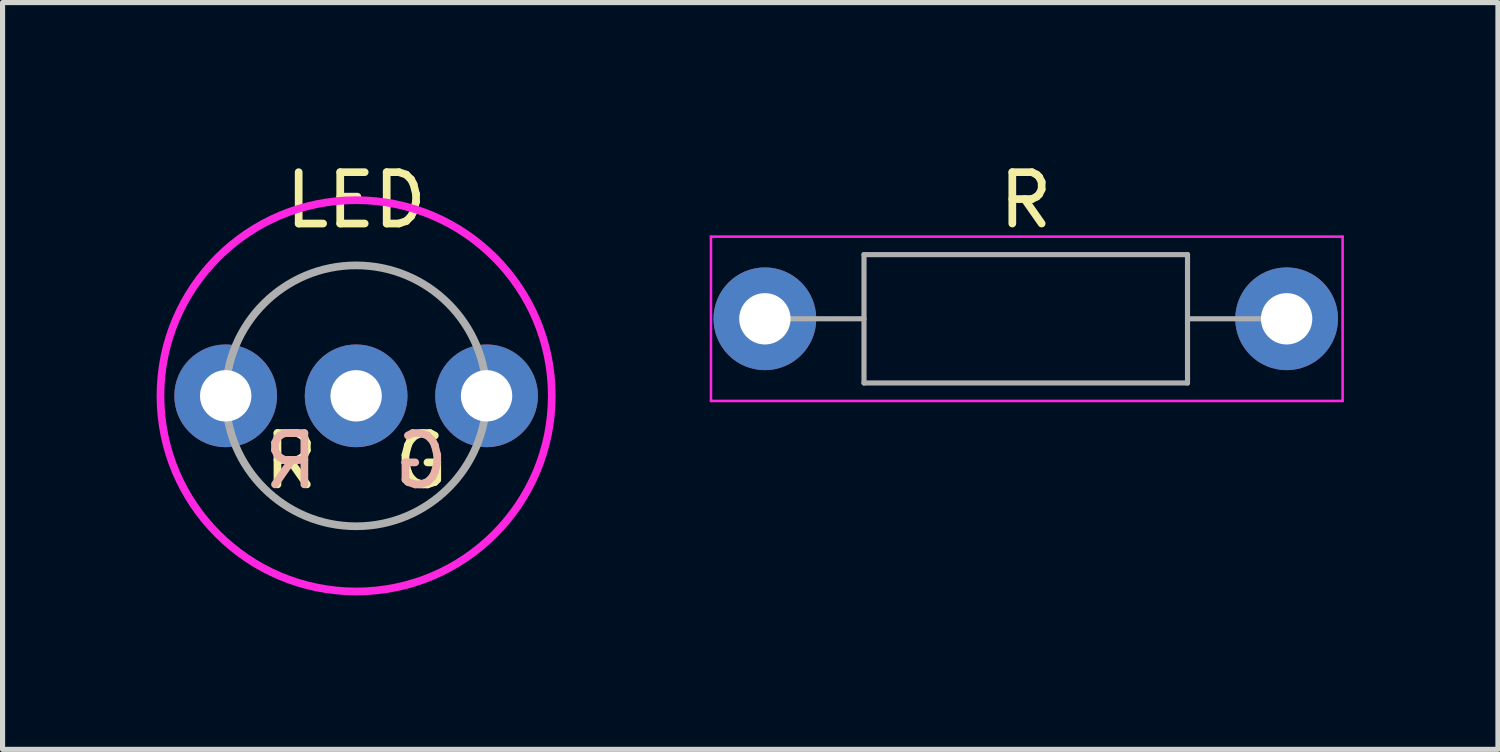
<source format=kicad_pcb>
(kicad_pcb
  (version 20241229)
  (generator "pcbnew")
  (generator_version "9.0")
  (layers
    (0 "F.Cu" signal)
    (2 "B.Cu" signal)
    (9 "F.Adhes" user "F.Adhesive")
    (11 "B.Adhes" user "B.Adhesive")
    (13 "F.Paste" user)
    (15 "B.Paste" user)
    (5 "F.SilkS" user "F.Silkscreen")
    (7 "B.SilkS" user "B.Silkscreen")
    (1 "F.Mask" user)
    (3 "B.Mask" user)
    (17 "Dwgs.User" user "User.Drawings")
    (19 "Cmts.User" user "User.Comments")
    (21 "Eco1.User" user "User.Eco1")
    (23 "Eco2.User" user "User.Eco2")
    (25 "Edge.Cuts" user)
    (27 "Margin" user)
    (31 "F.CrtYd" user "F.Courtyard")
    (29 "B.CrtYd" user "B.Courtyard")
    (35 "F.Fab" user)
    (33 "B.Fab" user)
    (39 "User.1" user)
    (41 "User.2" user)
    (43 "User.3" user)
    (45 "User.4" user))
  (footprint "R"
    (layer "F.Cu")
    (at 16.925 3.158)
    (property "Reference" "R" (at 0 -2.31 0) (layer "F.SilkS") (effects (font (size 1 1) (thickness 0.15))))
    (attr through_hole)
    (fp_line (start -6.13 -1.6) (end -6.13 1.6) (stroke (width 0.05) (type solid)) (layer "F.CrtYd"))
    (fp_line (start -6.13 1.6) (end 6.17 1.6) (stroke (width 0.05) (type solid)) (layer "F.CrtYd"))
    (fp_line (start 6.17 -1.6) (end -6.13 -1.6) (stroke (width 0.05) (type solid)) (layer "F.CrtYd"))
    (fp_line (start 6.17 1.6) (end 6.17 -1.6) (stroke (width 0.05) (type solid)) (layer "F.CrtYd"))
    (fp_line (start -5.08 0) (end -3.15 0) (stroke (width 0.1) (type solid)) (layer "F.Fab"))
    (fp_line (start -3.15 -1.25) (end -3.15 1.25) (stroke (width 0.1) (type solid)) (layer "F.Fab"))
    (fp_line (start -3.15 1.25) (end 3.15 1.25) (stroke (width 0.1) (type solid)) (layer "F.Fab"))
    (fp_line (start 3.15 -1.25) (end -3.15 -1.25) (stroke (width 0.1) (type solid)) (layer "F.Fab"))
    (fp_line (start 3.15 1.25) (end 3.15 -1.25) (stroke (width 0.1) (type solid)) (layer "F.Fab"))
    (fp_line (start 5.08 0) (end 3.15 0) (stroke (width 0.1) (type solid)) (layer "F.Fab"))
    (pad "1" thru_hole circle (at -5.08 0) (size 2 2) (drill 1) (layers "*.Cu" "*.Mask"))
    (pad "2" thru_hole circle (at 5.08 0) (size 2 2) (drill 1) (layers "*.Cu" "*.Mask")))
  (footprint "LED"
    (layer "F.Cu")
    (at 3.885 4.658)
    (property "Reference" "LED" (at 0 -3.81 0) (layer "F.SilkS") (effects (font (size 1 1) (thickness 0.15))))
    (attr through_hole)
    (fp_circle (center 0 0) (end 3.81 0) (stroke (width 0.15) (type solid)) (fill no) (layer "F.CrtYd"))
    (fp_circle (center 0 0) (end 2.54 0) (stroke (width 0.15) (type solid)) (fill no) (layer "F.Fab"))
    (fp_text user "G" (at 1.27 1.27 0) (layer "F.SilkS") (effects (font (size 1 1) (thickness 0.15))))
    (fp_text user "R" (at -1.27 1.27 0) (layer "F.SilkS") (effects (font (size 1 1) (thickness 0.15))))
    (fp_text user "G" (at 1.27 1.27 0) (layer "B.SilkS") (effects (font (size 1 1) (thickness 0.15)) (justify mirror)))
    (fp_text user "R" (at -1.27 1.27 0) (layer "B.SilkS") (effects (font (size 1 1) (thickness 0.15)) (justify mirror)))
    (pad "1" thru_hole circle (at -2.54 0) (size 2 2) (drill 1) (layers "*.Cu" "*.Mask"))
    (pad "2" thru_hole circle (at 0 0) (size 2 2) (drill 1) (layers "*.Cu" "*.Mask"))
    (pad "3" thru_hole circle (at 2.54 0) (size 2 2) (drill 1) (layers "*.Cu" "*.Mask")))
  (gr_rect
    (start -3 -3)
    (end 26.12 11.543)
    (stroke (width 0.1) (type default))
    (fill no)
    (layer "Edge.Cuts")))
</source>
